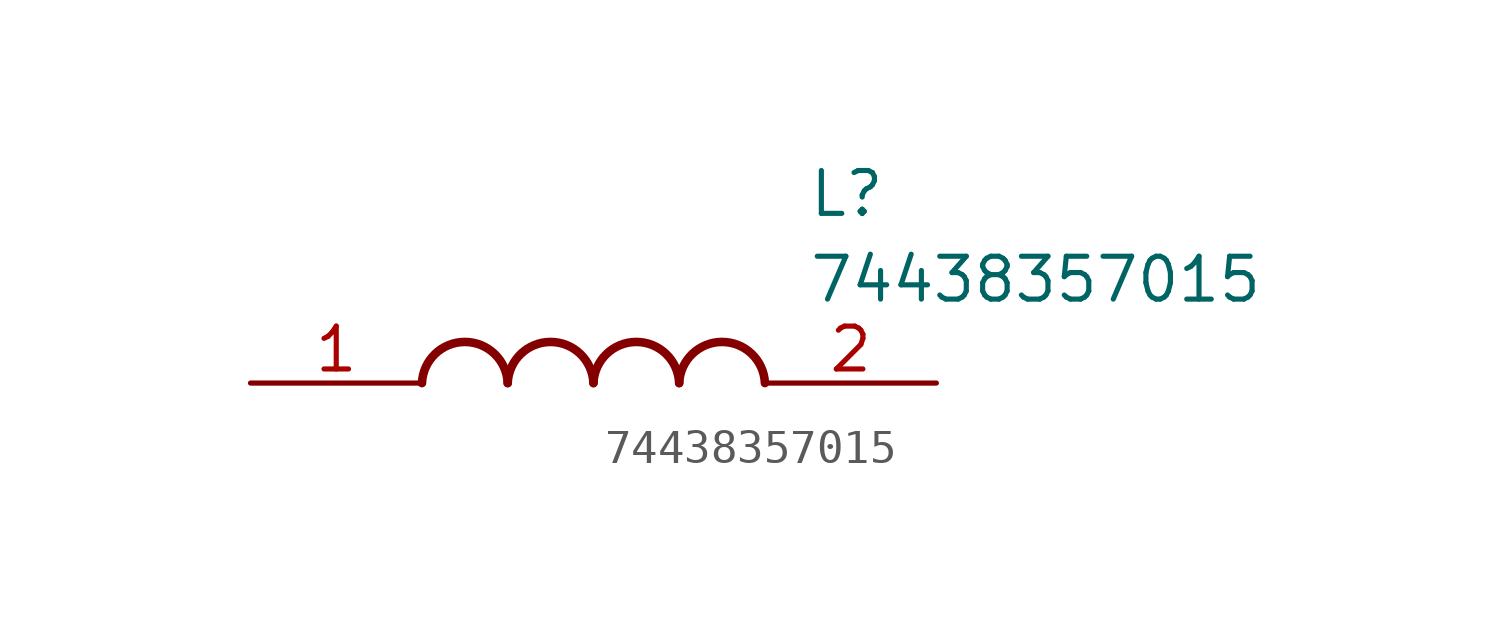
<source format=kicad_sym>
(kicad_symbol_lib
  (version 20211014)
  (generator SamacSys_ECAD_Model)
  (symbol "74438357015"
    (pin_names hide)
    (property "Reference" "L"
      (at 16.51 6.35 0)
      (effects (font (size 1.27 1.27)) (justify left top)))
    (property "Value" "74438357015"
      (at 16.51 3.81 0)
      (effects (font (size 1.27 1.27)) (justify left top)))
    (arc
      (start 7.62 0)
      (mid 6.35 1.219)
      (end 5.08 0)
      (stroke (width 0.254) (type default))
      (fill (type none)))
    (arc
      (start 10.16 0)
      (mid 8.89 1.219)
      (end 7.62 0)
      (stroke (width 0.254) (type default))
      (fill (type none)))
    (arc
      (start 12.7 0)
      (mid 11.43 1.219)
      (end 10.16 0)
      (stroke (width 0.254) (type default))
      (fill (type none)))
    (arc
      (start 15.24 0)
      (mid 13.97 1.219)
      (end 12.7 0)
      (stroke (width 0.254) (type default))
      (fill (type none)))
    (pin passive line
      (at 0 0 0)
      (length 5.08)
      (name "1" (effects (font (size 1.27 1.27))))
      (number "1" (effects (font (size 1.27 1.27)))))
    (pin passive line
      (at 20.32 0 180)
      (length 5.08)
      (name "2" (effects (font (size 1.27 1.27))))
      (number "2" (effects (font (size 1.27 1.27)))))))
</source>
